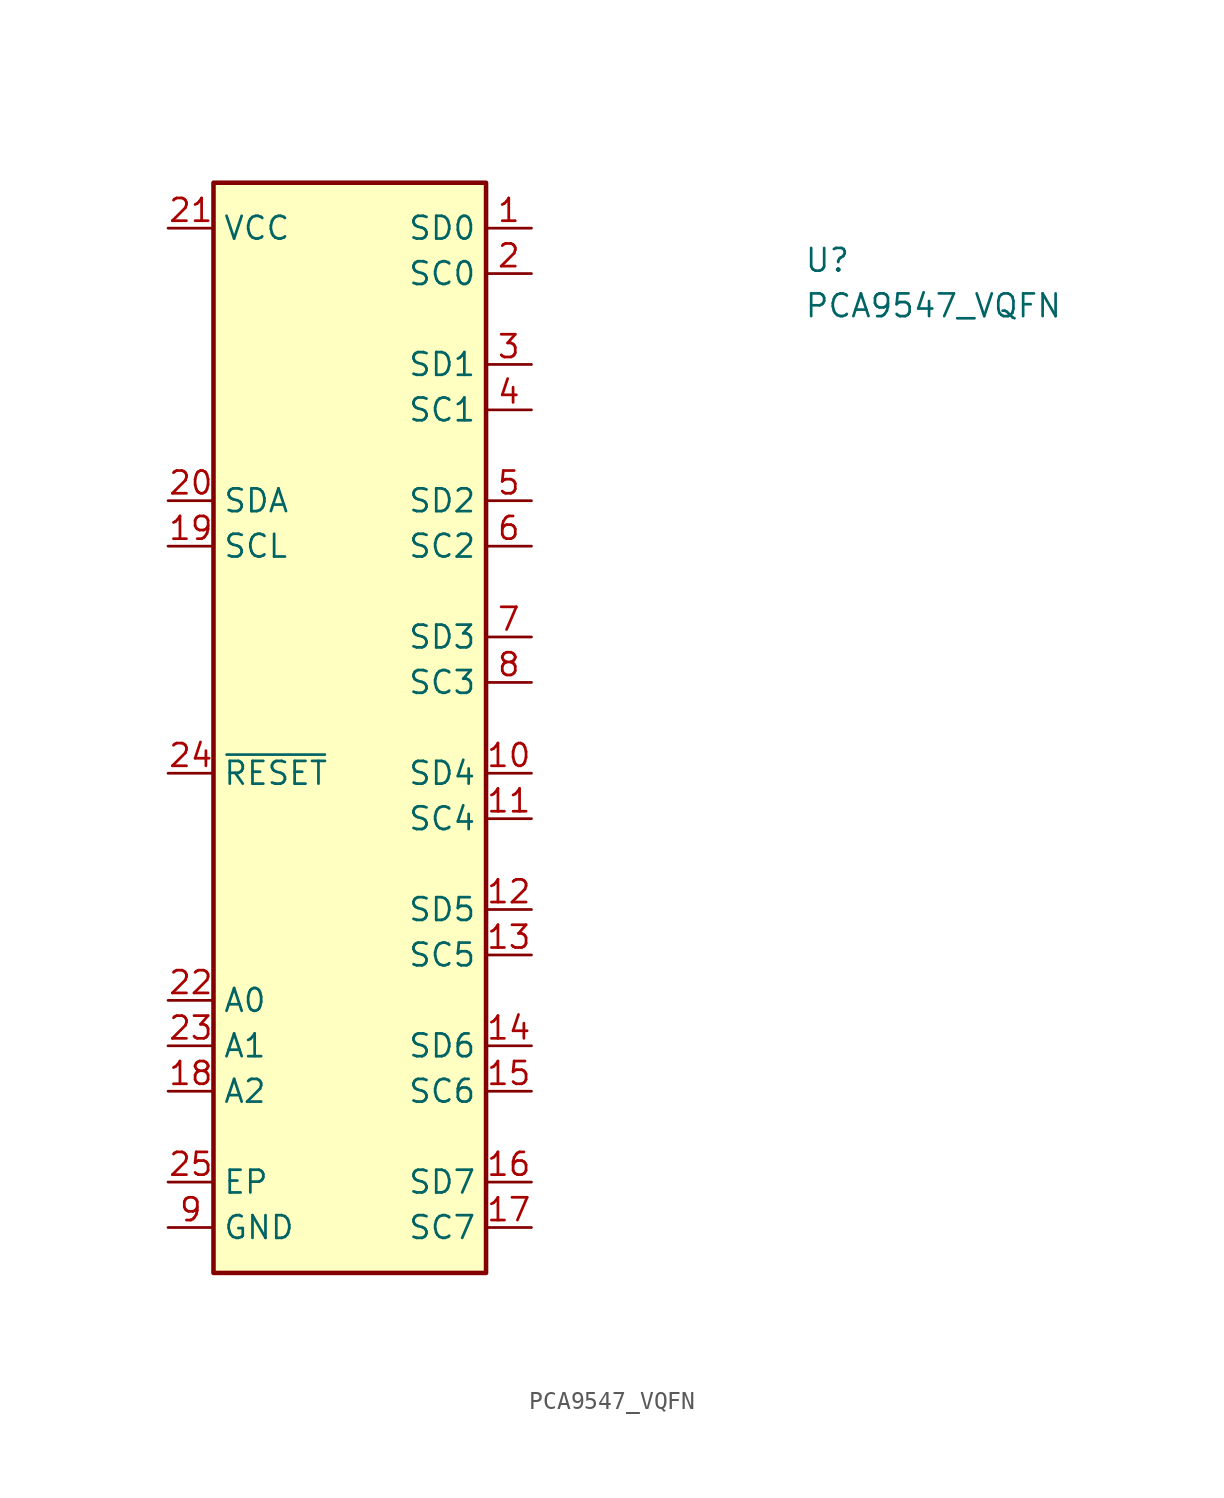
<source format=kicad_sym>
(kicad_symbol_lib
  (version 20211014)
  (generator kicad_symbol_editor)
  (symbol "PCA9547_VQFN"
    (property "Reference" "U"
      (at 35.56 -2.54 0)
      (effects (font (size 1.27 1.27) (thickness 0.15)) (justify left bottom)))
    (property "Value" "PCA9547_VQFN"
      (at 35.56 -5.08 0)
      (effects (font (size 1.27 1.27) (thickness 0.15)) (justify left bottom)))
    (symbol "PCA9547_VQFN_1_1"
      (rectangle (start 17.78 -58.42) (end 2.54 2.54) (stroke (width 0.254) (type default) (color 0 0 0 0)) (fill (type background)))
      (pin bidirectional line (at 20.32 0 180) (length 2.54) (name "SD0" (effects (font (size 1.27 1.27)))) (number "1" (effects (font (size 1.27 1.27)))))
      (pin bidirectional line (at 20.32 -30.48 180) (length 2.54) (name "SD4" (effects (font (size 1.27 1.27)))) (number "10" (effects (font (size 1.27 1.27)))))
      (pin bidirectional line (at 20.32 -33.02 180) (length 2.54) (name "SC4" (effects (font (size 1.27 1.27)))) (number "11" (effects (font (size 1.27 1.27)))))
      (pin bidirectional line (at 20.32 -38.1 180) (length 2.54) (name "SD5" (effects (font (size 1.27 1.27)))) (number "12" (effects (font (size 1.27 1.27)))))
      (pin bidirectional line (at 20.32 -40.64 180) (length 2.54) (name "SC5" (effects (font (size 1.27 1.27)))) (number "13" (effects (font (size 1.27 1.27)))))
      (pin bidirectional line (at 20.32 -45.72 180) (length 2.54) (name "SD6" (effects (font (size 1.27 1.27)))) (number "14" (effects (font (size 1.27 1.27)))))
      (pin bidirectional line (at 20.32 -48.26 180) (length 2.54) (name "SC6" (effects (font (size 1.27 1.27)))) (number "15" (effects (font (size 1.27 1.27)))))
      (pin bidirectional line (at 20.32 -53.34 180) (length 2.54) (name "SD7" (effects (font (size 1.27 1.27)))) (number "16" (effects (font (size 1.27 1.27)))))
      (pin bidirectional line (at 20.32 -55.88 180) (length 2.54) (name "SC7" (effects (font (size 1.27 1.27)))) (number "17" (effects (font (size 1.27 1.27)))))
      (pin input line (at 0 -48.26 0) (length 2.54) (name "A2" (effects (font (size 1.27 1.27)))) (number "18" (effects (font (size 1.27 1.27)))))
      (pin bidirectional line (at 0 -17.78 0) (length 2.54) (name "SCL" (effects (font (size 1.27 1.27)))) (number "19" (effects (font (size 1.27 1.27)))))
      (pin bidirectional line (at 20.32 -2.54 180) (length 2.54) (name "SC0" (effects (font (size 1.27 1.27)))) (number "2" (effects (font (size 1.27 1.27)))))
      (pin bidirectional line (at 0 -15.24 0) (length 2.54) (name "SDA" (effects (font (size 1.27 1.27)))) (number "20" (effects (font (size 1.27 1.27)))))
      (pin power_in line (at 0 0 0) (length 2.54) (name "VCC" (effects (font (size 1.27 1.27)))) (number "21" (effects (font (size 1.27 1.27)))))
      (pin input line (at 0 -43.18 0) (length 2.54) (name "A0" (effects (font (size 1.27 1.27)))) (number "22" (effects (font (size 1.27 1.27)))))
      (pin input line (at 0 -45.72 0) (length 2.54) (name "A1" (effects (font (size 1.27 1.27)))) (number "23" (effects (font (size 1.27 1.27)))))
      (pin input line (at 0 -30.48 0) (length 2.54) (name "~{RESET}" (effects (font (size 1.27 1.27)))) (number "24" (effects (font (size 1.27 1.27)))))
      (pin power_in line (at 0 -53.34 0) (length 2.54) (name "EP" (effects (font (size 1.27 1.27)))) (number "25" (effects (font (size 1.27 1.27)))))
      (pin bidirectional line (at 20.32 -7.62 180) (length 2.54) (name "SD1" (effects (font (size 1.27 1.27)))) (number "3" (effects (font (size 1.27 1.27)))))
      (pin bidirectional line (at 20.32 -10.16 180) (length 2.54) (name "SC1" (effects (font (size 1.27 1.27)))) (number "4" (effects (font (size 1.27 1.27)))))
      (pin bidirectional line (at 20.32 -15.24 180) (length 2.54) (name "SD2" (effects (font (size 1.27 1.27)))) (number "5" (effects (font (size 1.27 1.27)))))
      (pin bidirectional line (at 20.32 -17.78 180) (length 2.54) (name "SC2" (effects (font (size 1.27 1.27)))) (number "6" (effects (font (size 1.27 1.27)))))
      (pin bidirectional line (at 20.32 -22.86 180) (length 2.54) (name "SD3" (effects (font (size 1.27 1.27)))) (number "7" (effects (font (size 1.27 1.27)))))
      (pin bidirectional line (at 20.32 -25.4 180) (length 2.54) (name "SC3" (effects (font (size 1.27 1.27)))) (number "8" (effects (font (size 1.27 1.27)))))
      (pin power_in line (at 0 -55.88 0) (length 2.54) (name "GND" (effects (font (size 1.27 1.27)))) (number "9" (effects (font (size 1.27 1.27))))))))
</source>
